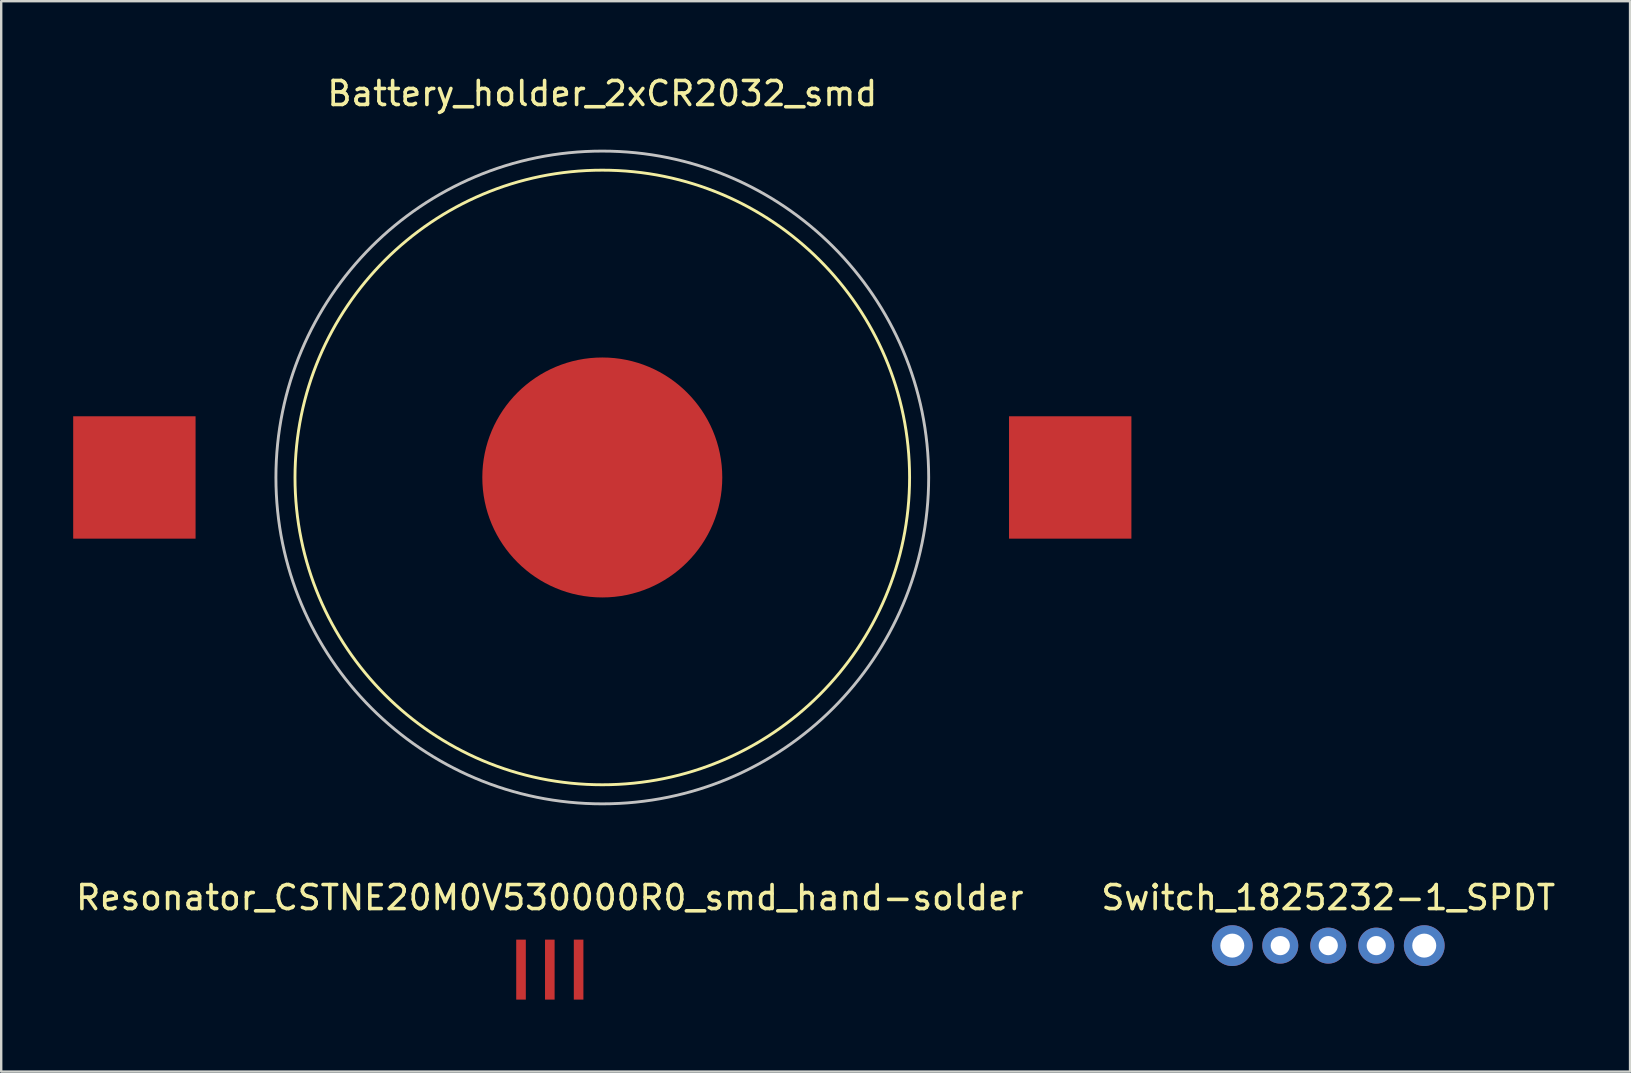
<source format=kicad_pcb>
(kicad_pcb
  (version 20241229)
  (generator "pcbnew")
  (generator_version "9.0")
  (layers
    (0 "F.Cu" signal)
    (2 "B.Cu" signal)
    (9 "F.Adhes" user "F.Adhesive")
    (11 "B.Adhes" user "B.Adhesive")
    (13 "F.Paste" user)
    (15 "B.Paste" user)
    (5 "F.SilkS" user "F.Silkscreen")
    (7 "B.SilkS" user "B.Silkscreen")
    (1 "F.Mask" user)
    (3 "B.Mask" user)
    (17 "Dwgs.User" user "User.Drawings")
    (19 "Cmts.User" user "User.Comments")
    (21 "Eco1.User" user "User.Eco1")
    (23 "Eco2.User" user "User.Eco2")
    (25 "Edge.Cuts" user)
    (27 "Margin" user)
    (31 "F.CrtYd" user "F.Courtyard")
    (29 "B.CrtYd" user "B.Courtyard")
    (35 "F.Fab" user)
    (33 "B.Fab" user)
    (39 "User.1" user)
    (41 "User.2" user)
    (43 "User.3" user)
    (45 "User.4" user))
  (footprint "Battery_holder_2xCR2032_smd"
    (layer "F.Cu")
    (at 22.05 16.848)
    (property "Reference" "Battery_holder_2xCR2032_smd" (at 0 -16 0) (layer "F.SilkS") (effects (font (size 1 1) (thickness 0.15))))
    (attr through_hole)
    (fp_circle (center 0 0) (end 10 -8) (stroke (width 0.12) (type solid)) (fill no) (layer "F.SilkS"))
    (fp_circle (center 0 0) (end 11 -8) (stroke (width 0.12) (type solid)) (fill no) (layer "Dwgs.User"))
    (pad "1" smd rect (at -19.5 0) (size 5.1 5.1) (layers "F.Cu" "F.Mask" "F.Paste"))
    (pad "1" smd rect (at 19.5 0) (size 5.1 5.1) (layers "F.Cu" "F.Mask" "F.Paste"))
    (pad "2" smd circle (at 0 0) (size 10 10) (layers "F.Cu" "F.Mask" "F.Paste")))
  (footprint "Resonator_CSTNE20M0V530000R0_smd_hand-solder"
    (layer "F.Cu")
    (at 19.863 37.358)
    (property "Reference" "Resonator_CSTNE20M0V530000R0_smd_hand-solder" (at 0 -3 0) (layer "F.SilkS") (effects (font (size 1 1) (thickness 0.15))))
    (attr through_hole)
    (pad "1" smd rect (at -1.2 0) (size 0.4 2.5) (layers "F.Cu" "F.Mask" "F.Paste"))
    (pad "2" smd rect (at 0 0) (size 0.4 2.5) (layers "F.Cu" "F.Mask" "F.Paste"))
    (pad "3" smd rect (at 1.2 0) (size 0.4 2.5) (layers "F.Cu" "F.Mask" "F.Paste")))
  (footprint "Switch_1825232-1_SPDT"
    (layer "F.Cu")
    (at 52.304 36.358)
    (property "Reference" "Switch_1825232-1_SPDT" (at 0 -2 0) (layer "F.SilkS") (effects (font (size 1 1) (thickness 0.15))))
    (attr through_hole)
    (pad "1" thru_hole circle (at -2 0) (size 1.5 1.5) (drill 0.8) (layers "*.Cu" "*.Mask"))
    (pad "2" thru_hole circle (at 0 0) (size 1.5 1.5) (drill 0.8) (layers "*.Cu" "*.Mask"))
    (pad "3" thru_hole circle (at 2 0) (size 1.5 1.5) (drill 0.8) (layers "*.Cu" "*.Mask"))
    (pad "4" thru_hole circle (at -4 0) (size 1.7 1.7) (drill 1) (layers "*.Cu" "*.Mask"))
    (pad "4" thru_hole circle (at 4 0) (size 1.7 1.7) (drill 1) (layers "*.Cu" "*.Mask")))
  (gr_rect
    (start -3 -3)
    (end 64.881 41.608)
    (stroke (width 0.1) (type default))
    (fill no)
    (layer "Edge.Cuts")))
</source>
